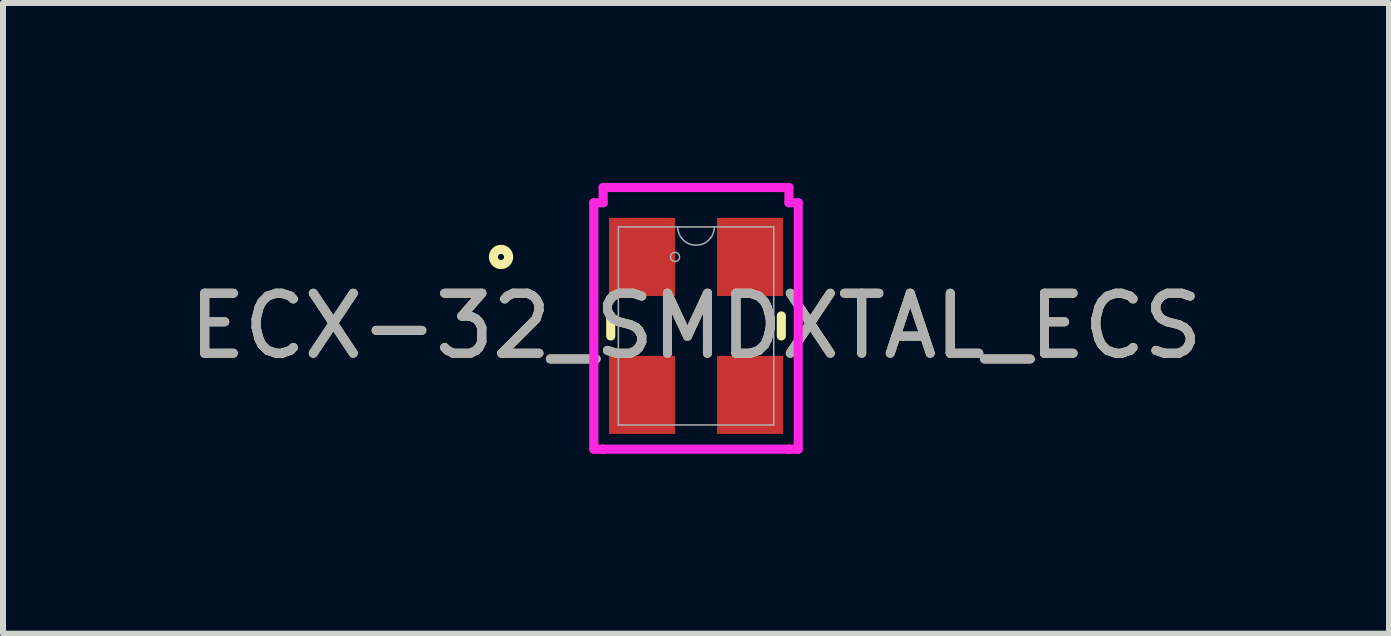
<source format=kicad_pcb>
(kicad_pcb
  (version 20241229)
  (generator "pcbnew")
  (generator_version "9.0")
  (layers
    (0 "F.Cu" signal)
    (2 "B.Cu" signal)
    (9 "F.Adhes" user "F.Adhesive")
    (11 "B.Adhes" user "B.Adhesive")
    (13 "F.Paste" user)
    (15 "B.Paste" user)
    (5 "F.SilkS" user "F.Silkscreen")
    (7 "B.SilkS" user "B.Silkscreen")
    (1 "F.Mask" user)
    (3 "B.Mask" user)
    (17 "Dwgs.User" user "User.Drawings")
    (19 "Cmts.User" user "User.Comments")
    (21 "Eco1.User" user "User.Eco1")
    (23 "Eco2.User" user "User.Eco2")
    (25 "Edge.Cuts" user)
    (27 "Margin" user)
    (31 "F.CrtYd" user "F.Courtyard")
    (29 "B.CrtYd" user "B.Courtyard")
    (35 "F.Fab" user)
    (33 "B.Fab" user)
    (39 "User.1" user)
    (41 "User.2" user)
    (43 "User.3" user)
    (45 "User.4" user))
  (footprint "ECX-32_SMDXTAL_ECS"
    (layer "F.Cu")
    (at 8.554 2.384)
    (property "Reference" "ECX-32_SMDXTAL_ECS" (at 0 0 0) (unlocked yes) (layer "F.SilkS") (effects (font (size 1 1) (thickness 0.15))))
    (attr smd)
    (fp_line (start -1.422 -0.167) (end -1.422 0.167) (stroke (width 0.152) (type solid)) (layer "F.SilkS"))
    (fp_line (start 1.422 0.167) (end 1.422 -0.167) (stroke (width 0.152) (type solid)) (layer "F.SilkS"))
    (fp_circle (center -3.251 -1.15) (end -3.124 -1.15) (stroke (width 0.152) (type solid)) (fill no) (layer "F.SilkS"))
    (fp_line (start -1.704 -2.054) (end -1.549 -2.054) (stroke (width 0.152) (type solid)) (layer "F.CrtYd"))
    (fp_line (start -1.704 2.054) (end -1.704 -2.054) (stroke (width 0.152) (type solid)) (layer "F.CrtYd"))
    (fp_line (start -1.704 2.054) (end -1.549 2.054) (stroke (width 0.152) (type solid)) (layer "F.CrtYd"))
    (fp_line (start -1.549 -2.308) (end 1.549 -2.308) (stroke (width 0.152) (type solid)) (layer "F.CrtYd"))
    (fp_line (start -1.549 -2.054) (end -1.549 -2.308) (stroke (width 0.152) (type solid)) (layer "F.CrtYd"))
    (fp_line (start -1.549 2.054) (end -1.549 2.054) (stroke (width 0.152) (type solid)) (layer "F.CrtYd"))
    (fp_line (start 1.549 -2.308) (end 1.549 -2.054) (stroke (width 0.152) (type solid)) (layer "F.CrtYd"))
    (fp_line (start 1.549 2.054) (end -1.549 2.054) (stroke (width 0.152) (type solid)) (layer "F.CrtYd"))
    (fp_line (start 1.549 2.054) (end 1.549 2.054) (stroke (width 0.152) (type solid)) (layer "F.CrtYd"))
    (fp_line (start 1.704 -2.054) (end 1.549 -2.054) (stroke (width 0.152) (type solid)) (layer "F.CrtYd"))
    (fp_line (start 1.704 -2.054) (end 1.704 2.054) (stroke (width 0.152) (type solid)) (layer "F.CrtYd"))
    (fp_line (start 1.704 2.054) (end 1.549 2.054) (stroke (width 0.152) (type solid)) (layer "F.CrtYd"))
    (fp_line (start -1.295 -1.651) (end -1.295 1.651) (stroke (width 0.025) (type solid)) (layer "F.Fab"))
    (fp_line (start -1.295 1.651) (end 1.295 1.651) (stroke (width 0.025) (type solid)) (layer "F.Fab"))
    (fp_line (start 1.295 -1.651) (end -1.295 -1.651) (stroke (width 0.025) (type solid)) (layer "F.Fab"))
    (fp_line (start 1.295 1.651) (end 1.295 -1.651) (stroke (width 0.025) (type solid)) (layer "F.Fab"))
    (fp_arc (start 0.3048 -1.651) (mid 0 -1.3462) (end -0.3048 -1.651) (stroke (width 0.0254) (type solid)) (layer "F.Fab"))
    (fp_circle (center -0.35 -1.15) (end -0.274 -1.15) (stroke (width 0.025) (type solid)) (fill no) (layer "F.Fab"))
    (fp_text user "${REFERENCE}" (at 0 0 0) (unlocked yes) (layer "F.Fab") (effects (font (size 1 1) (thickness 0.15))))
    (pad "1" smd rect (at -0.9 -1.15) (size 1.1 1.3) (layers "F.Cu" "F.Mask" "F.Paste"))
    (pad "2" smd rect (at -0.9 1.15) (size 1.1 1.3) (layers "F.Cu" "F.Mask" "F.Paste"))
    (pad "3" smd rect (at 0.9 1.15) (size 1.1 1.3) (layers "F.Cu" "F.Mask" "F.Paste"))
    (pad "4" smd rect (at 0.9 -1.15) (size 1.1 1.3) (layers "F.Cu" "F.Mask" "F.Paste")))
  (gr_rect
    (start -3 -3)
    (end 20.107 7.514)
    (stroke (width 0.1) (type default))
    (fill no)
    (layer "Edge.Cuts")))
</source>
